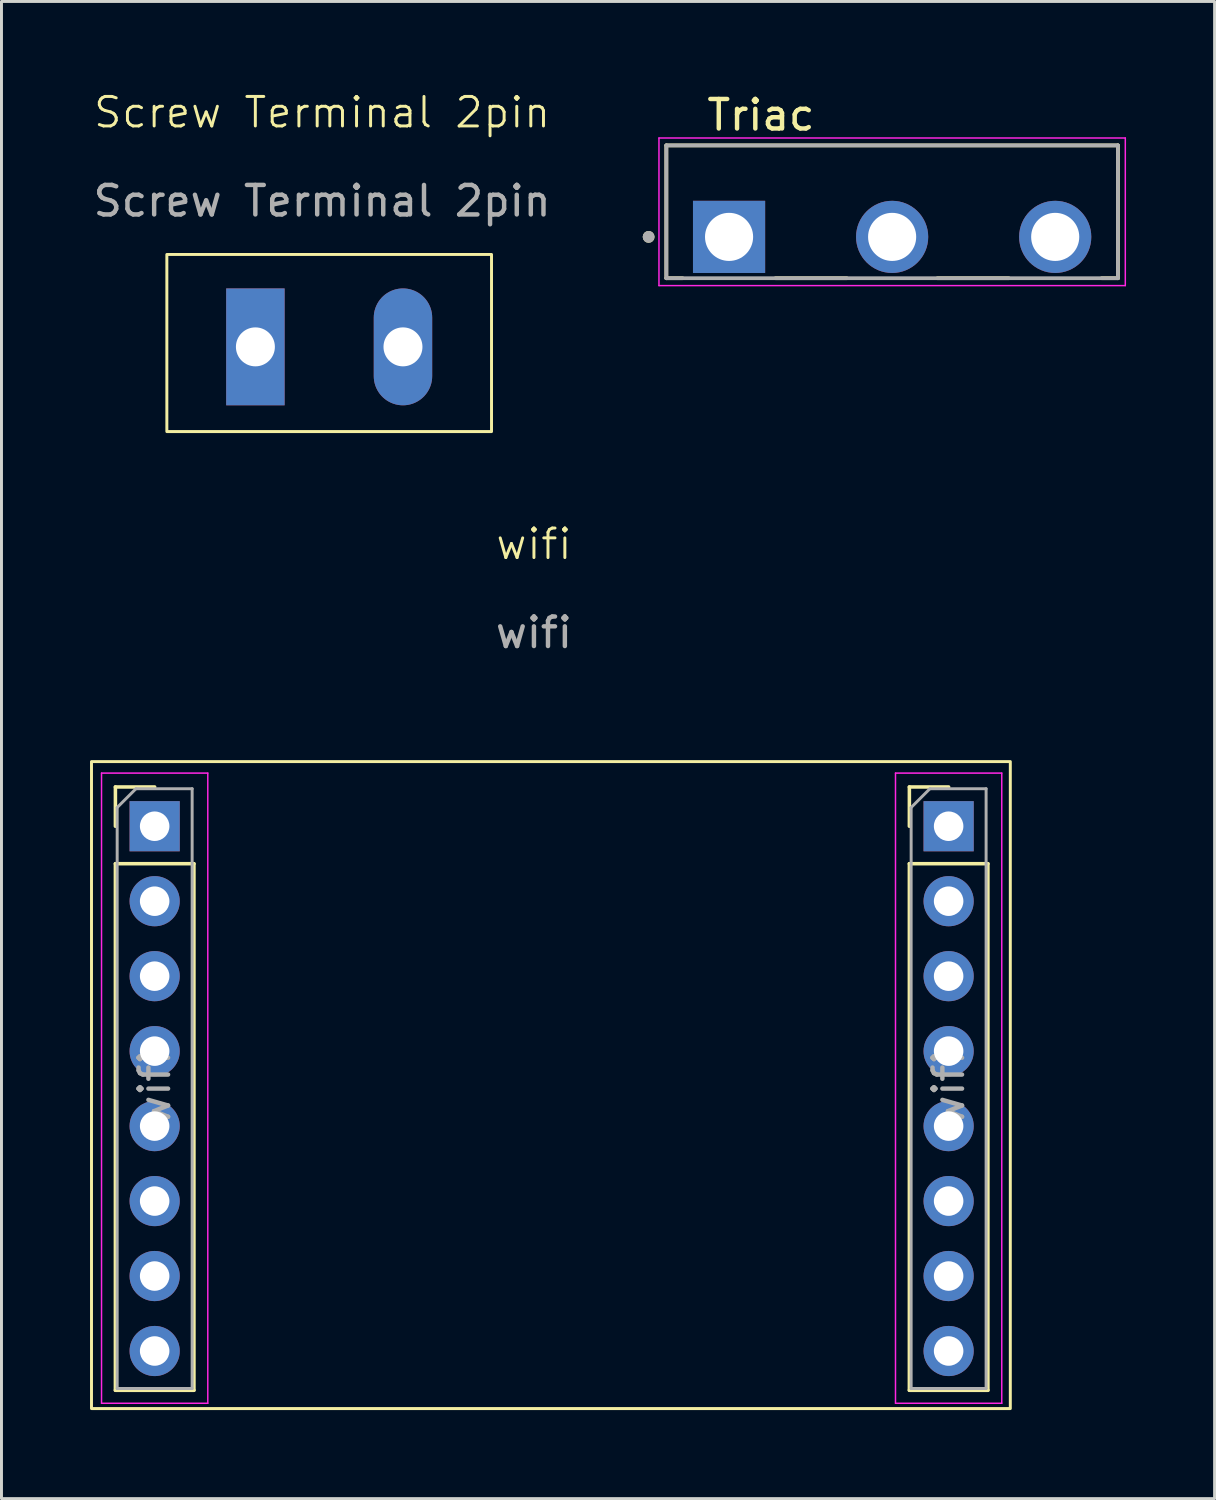
<source format=kicad_pcb>
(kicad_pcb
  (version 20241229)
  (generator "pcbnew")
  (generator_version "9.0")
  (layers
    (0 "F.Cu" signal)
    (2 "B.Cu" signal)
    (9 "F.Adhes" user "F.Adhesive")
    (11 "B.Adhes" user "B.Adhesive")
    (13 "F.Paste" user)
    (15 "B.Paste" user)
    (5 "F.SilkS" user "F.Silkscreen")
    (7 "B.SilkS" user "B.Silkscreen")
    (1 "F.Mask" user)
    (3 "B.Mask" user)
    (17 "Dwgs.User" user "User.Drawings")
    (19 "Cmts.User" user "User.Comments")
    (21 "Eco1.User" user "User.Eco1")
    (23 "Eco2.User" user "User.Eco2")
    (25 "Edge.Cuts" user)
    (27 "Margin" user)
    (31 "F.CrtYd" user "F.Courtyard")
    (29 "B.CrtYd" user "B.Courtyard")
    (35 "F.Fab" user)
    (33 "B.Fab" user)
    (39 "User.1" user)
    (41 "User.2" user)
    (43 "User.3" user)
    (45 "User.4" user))
  (footprint "Screw Terminal 2pin"
    (layer "F.Cu")
    (at 7.863 1.26)
    (property "Reference" "Screw Terminal 2pin" (at 0 -0.5 0) (unlocked yes) (layer "F.SilkS") (effects (font (size 1 1) (thickness 0.1))))
    (attr through_hole)
    (fp_rect (start -5.26 4.312) (end 5.74 10.312) (stroke (width 0.1) (type default)) (fill no) (layer "F.SilkS"))
    (fp_text user "${REFERENCE}" (at 0 2.5 0) (unlocked yes) (layer "F.Fab") (effects (font (size 1 1) (thickness 0.15))))
    (pad "1" thru_hole rect (at -2.26 7.442) (size 1.98 3.96) (drill 1.32) (layers "*.Cu" "*.Mask"))
    (pad "2" thru_hole oval (at 2.74 7.442) (size 1.98 3.96) (drill 1.32) (layers "*.Cu" "*.Mask")))
  (footprint "wifi"
    (layer "F.Cu")
    (at 15.04 15.883)
    (property "Reference" "wifi" (at 0 -0.5 0) (unlocked yes) (layer "F.SilkS") (effects (font (size 1 1) (thickness 0.1))))
    (attr through_hole)
    (fp_line (start -14.18 7.73) (end -12.85 7.73) (stroke (width 0.12) (type solid)) (layer "F.SilkS"))
    (fp_line (start -14.18 9.06) (end -14.18 7.73) (stroke (width 0.12) (type solid)) (layer "F.SilkS"))
    (fp_line (start -14.18 10.33) (end -14.18 28.17) (stroke (width 0.12) (type solid)) (layer "F.SilkS"))
    (fp_line (start -14.18 10.33) (end -11.52 10.33) (stroke (width 0.12) (type solid)) (layer "F.SilkS"))
    (fp_line (start -14.18 28.17) (end -11.52 28.17) (stroke (width 0.12) (type solid)) (layer "F.SilkS"))
    (fp_line (start -11.52 10.33) (end -11.52 28.17) (stroke (width 0.12) (type solid)) (layer "F.SilkS"))
    (fp_line (start 12.72 7.73) (end 14.05 7.73) (stroke (width 0.12) (type solid)) (layer "F.SilkS"))
    (fp_line (start 12.72 9.06) (end 12.72 7.73) (stroke (width 0.12) (type solid)) (layer "F.SilkS"))
    (fp_line (start 12.72 10.33) (end 12.72 28.17) (stroke (width 0.12) (type solid)) (layer "F.SilkS"))
    (fp_line (start 12.72 10.33) (end 15.38 10.33) (stroke (width 0.12) (type solid)) (layer "F.SilkS"))
    (fp_line (start 12.72 28.17) (end 15.38 28.17) (stroke (width 0.12) (type solid)) (layer "F.SilkS"))
    (fp_line (start 15.38 10.33) (end 15.38 28.17) (stroke (width 0.12) (type solid)) (layer "F.SilkS"))
    (fp_rect (start -14.99 6.87) (end 16.14 28.79) (stroke (width 0.1) (type default)) (fill no) (layer "F.SilkS"))
    (fp_line (start -14.65 7.26) (end -14.65 28.61) (stroke (width 0.05) (type solid)) (layer "F.CrtYd"))
    (fp_line (start -14.65 28.61) (end -11.05 28.61) (stroke (width 0.05) (type solid)) (layer "F.CrtYd"))
    (fp_line (start -11.05 7.26) (end -14.65 7.26) (stroke (width 0.05) (type solid)) (layer "F.CrtYd"))
    (fp_line (start -11.05 28.61) (end -11.05 7.26) (stroke (width 0.05) (type solid)) (layer "F.CrtYd"))
    (fp_line (start 12.25 7.26) (end 12.25 28.61) (stroke (width 0.05) (type solid)) (layer "F.CrtYd"))
    (fp_line (start 12.25 28.61) (end 15.85 28.61) (stroke (width 0.05) (type solid)) (layer "F.CrtYd"))
    (fp_line (start 15.85 7.26) (end 12.25 7.26) (stroke (width 0.05) (type solid)) (layer "F.CrtYd"))
    (fp_line (start 15.85 28.61) (end 15.85 7.26) (stroke (width 0.05) (type solid)) (layer "F.CrtYd"))
    (fp_line (start -14.12 8.425) (end -13.485 7.79) (stroke (width 0.1) (type solid)) (layer "F.Fab"))
    (fp_line (start -14.12 28.11) (end -14.12 8.425) (stroke (width 0.1) (type solid)) (layer "F.Fab"))
    (fp_line (start -13.485 7.79) (end -11.58 7.79) (stroke (width 0.1) (type solid)) (layer "F.Fab"))
    (fp_line (start -11.58 7.79) (end -11.58 28.11) (stroke (width 0.1) (type solid)) (layer "F.Fab"))
    (fp_line (start -11.58 28.11) (end -14.12 28.11) (stroke (width 0.1) (type solid)) (layer "F.Fab"))
    (fp_line (start 12.78 8.425) (end 13.415 7.79) (stroke (width 0.1) (type solid)) (layer "F.Fab"))
    (fp_line (start 12.78 28.11) (end 12.78 8.425) (stroke (width 0.1) (type solid)) (layer "F.Fab"))
    (fp_line (start 13.415 7.79) (end 15.32 7.79) (stroke (width 0.1) (type solid)) (layer "F.Fab"))
    (fp_line (start 15.32 7.79) (end 15.32 28.11) (stroke (width 0.1) (type solid)) (layer "F.Fab"))
    (fp_line (start 15.32 28.11) (end 12.78 28.11) (stroke (width 0.1) (type solid)) (layer "F.Fab"))
    (fp_text user "${REFERENCE}" (at 0 2.5 0) (unlocked yes) (layer "F.Fab") (effects (font (size 1 1) (thickness 0.15))))
    (fp_text user "${REFERENCE}" (at 14.05 17.95 90) (layer "F.Fab") (effects (font (size 1 1) (thickness 0.15))))
    (fp_text user "${REFERENCE}" (at -12.85 17.95 90) (layer "F.Fab") (effects (font (size 1 1) (thickness 0.15))))
    (pad "ADC" thru_hole oval (at -12.85 11.6) (size 1.7 1.7) (drill 1) (layers "*.Cu" "*.Mask"))
    (pad "CH_PC" thru_hole oval (at -12.85 14.14) (size 1.7 1.7) (drill 1) (layers "*.Cu" "*.Mask"))
    (pad "GND" thru_hole oval (at 14.05 26.84) (size 1.7 1.7) (drill 1) (layers "*.Cu" "*.Mask"))
    (pad "GPIO0" thru_hole oval (at 14.05 19.22) (size 1.7 1.7) (drill 1) (layers "*.Cu" "*.Mask"))
    (pad "GPIO2" thru_hole oval (at 14.05 21.76) (size 1.7 1.7) (drill 1) (layers "*.Cu" "*.Mask"))
    (pad "GPIO4" thru_hole oval (at 14.05 16.68) (size 1.7 1.7) (drill 1) (layers "*.Cu" "*.Mask"))
    (pad "GPIO5" thru_hole oval (at 14.05 14.14) (size 1.7 1.7) (drill 1) (layers "*.Cu" "*.Mask"))
    (pad "GPIO12" thru_hole oval (at -12.85 21.76) (size 1.7 1.7) (drill 1) (layers "*.Cu" "*.Mask"))
    (pad "GPIO13" thru_hole oval (at -12.85 24.3) (size 1.7 1.7) (drill 1) (layers "*.Cu" "*.Mask"))
    (pad "GPIO14" thru_hole oval (at -12.85 19.22) (size 1.7 1.7) (drill 1) (layers "*.Cu" "*.Mask"))
    (pad "GPIO15" thru_hole oval (at 14.05 24.3) (size 1.7 1.7) (drill 1) (layers "*.Cu" "*.Mask"))
    (pad "GPIO16" thru_hole oval (at -12.85 16.68) (size 1.7 1.7) (drill 1) (layers "*.Cu" "*.Mask"))
    (pad "REST" thru_hole rect (at -12.85 9.06) (size 1.7 1.7) (drill 1) (layers "*.Cu" "*.Mask"))
    (pad "RX" thru_hole oval (at 14.05 11.6) (size 1.7 1.7) (drill 1) (layers "*.Cu" "*.Mask"))
    (pad "TX" thru_hole rect (at 14.05 9.06) (size 1.7 1.7) (drill 1) (layers "*.Cu" "*.Mask"))
    (pad "VCC" thru_hole oval (at -12.85 26.84) (size 1.7 1.7) (drill 1) (layers "*.Cu" "*.Mask")))
  (footprint "Triac"
    (layer "F.Cu")
    (at 27.176 4.976)
    (property "Reference" "Triac" (at -4.445 -4.128 0) (layer "F.SilkS") (effects (font (size 1 1) (thickness 0.15))))
    (attr through_hole)
    (fp_line (start -7.65 -3.1) (end 7.65 -3.1) (stroke (width 0.127) (type solid)) (layer "F.SilkS"))
    (fp_line (start -7.65 1.4) (end -7.65 -3.1) (stroke (width 0.127) (type solid)) (layer "F.SilkS"))
    (fp_line (start -7.1 1.4) (end -7.65 1.4) (stroke (width 0.127) (type solid)) (layer "F.SilkS"))
    (fp_line (start -1.536 1.4) (end -3.95 1.4) (stroke (width 0.127) (type solid)) (layer "F.SilkS"))
    (fp_line (start 3.95 1.4) (end 1.536 1.4) (stroke (width 0.127) (type solid)) (layer "F.SilkS"))
    (fp_line (start 7.1 1.4) (end 7.65 1.4) (stroke (width 0.127) (type solid)) (layer "F.SilkS"))
    (fp_line (start 7.65 -3.1) (end 7.65 1.4) (stroke (width 0.127) (type solid)) (layer "F.SilkS"))
    (fp_circle (center -8.25 0) (end -8.15 0) (stroke (width 0.2) (type solid)) (fill no) (layer "F.SilkS"))
    (fp_line (start -7.9 -3.35) (end 7.9 -3.35) (stroke (width 0.05) (type solid)) (layer "F.CrtYd"))
    (fp_line (start -7.9 1.65) (end -7.9 -3.35) (stroke (width 0.05) (type solid)) (layer "F.CrtYd"))
    (fp_line (start 7.9 -3.35) (end 7.9 1.65) (stroke (width 0.05) (type solid)) (layer "F.CrtYd"))
    (fp_line (start 7.9 1.65) (end -7.9 1.65) (stroke (width 0.05) (type solid)) (layer "F.CrtYd"))
    (fp_line (start -7.65 -3.1) (end 7.65 -3.1) (stroke (width 0.127) (type solid)) (layer "F.Fab"))
    (fp_line (start -7.65 1.4) (end -7.65 -3.1) (stroke (width 0.127) (type solid)) (layer "F.Fab"))
    (fp_line (start 7.65 -3.1) (end 7.65 1.4) (stroke (width 0.127) (type solid)) (layer "F.Fab"))
    (fp_line (start 7.65 1.4) (end -7.65 1.4) (stroke (width 0.127) (type solid)) (layer "F.Fab"))
    (fp_circle (center -8.25 0) (end -8.15 0) (stroke (width 0.2) (type solid)) (fill no) (layer "F.Fab"))
    (pad "1" thru_hole rect (at -5.525 0) (size 2.445 2.445) (drill 1.63) (layers "*.Cu" "*.Mask"))
    (pad "2" thru_hole circle (at 0 0) (size 2.445 2.445) (drill 1.63) (layers "*.Cu" "*.Mask"))
    (pad "3" thru_hole circle (at 5.525 0) (size 2.445 2.445) (drill 1.63) (layers "*.Cu" "*.Mask")))
  (gr_rect
    (start -3 -3)
    (end 38.101 47.723)
    (stroke (width 0.1) (type default))
    (fill no)
    (layer "Edge.Cuts")))
</source>
